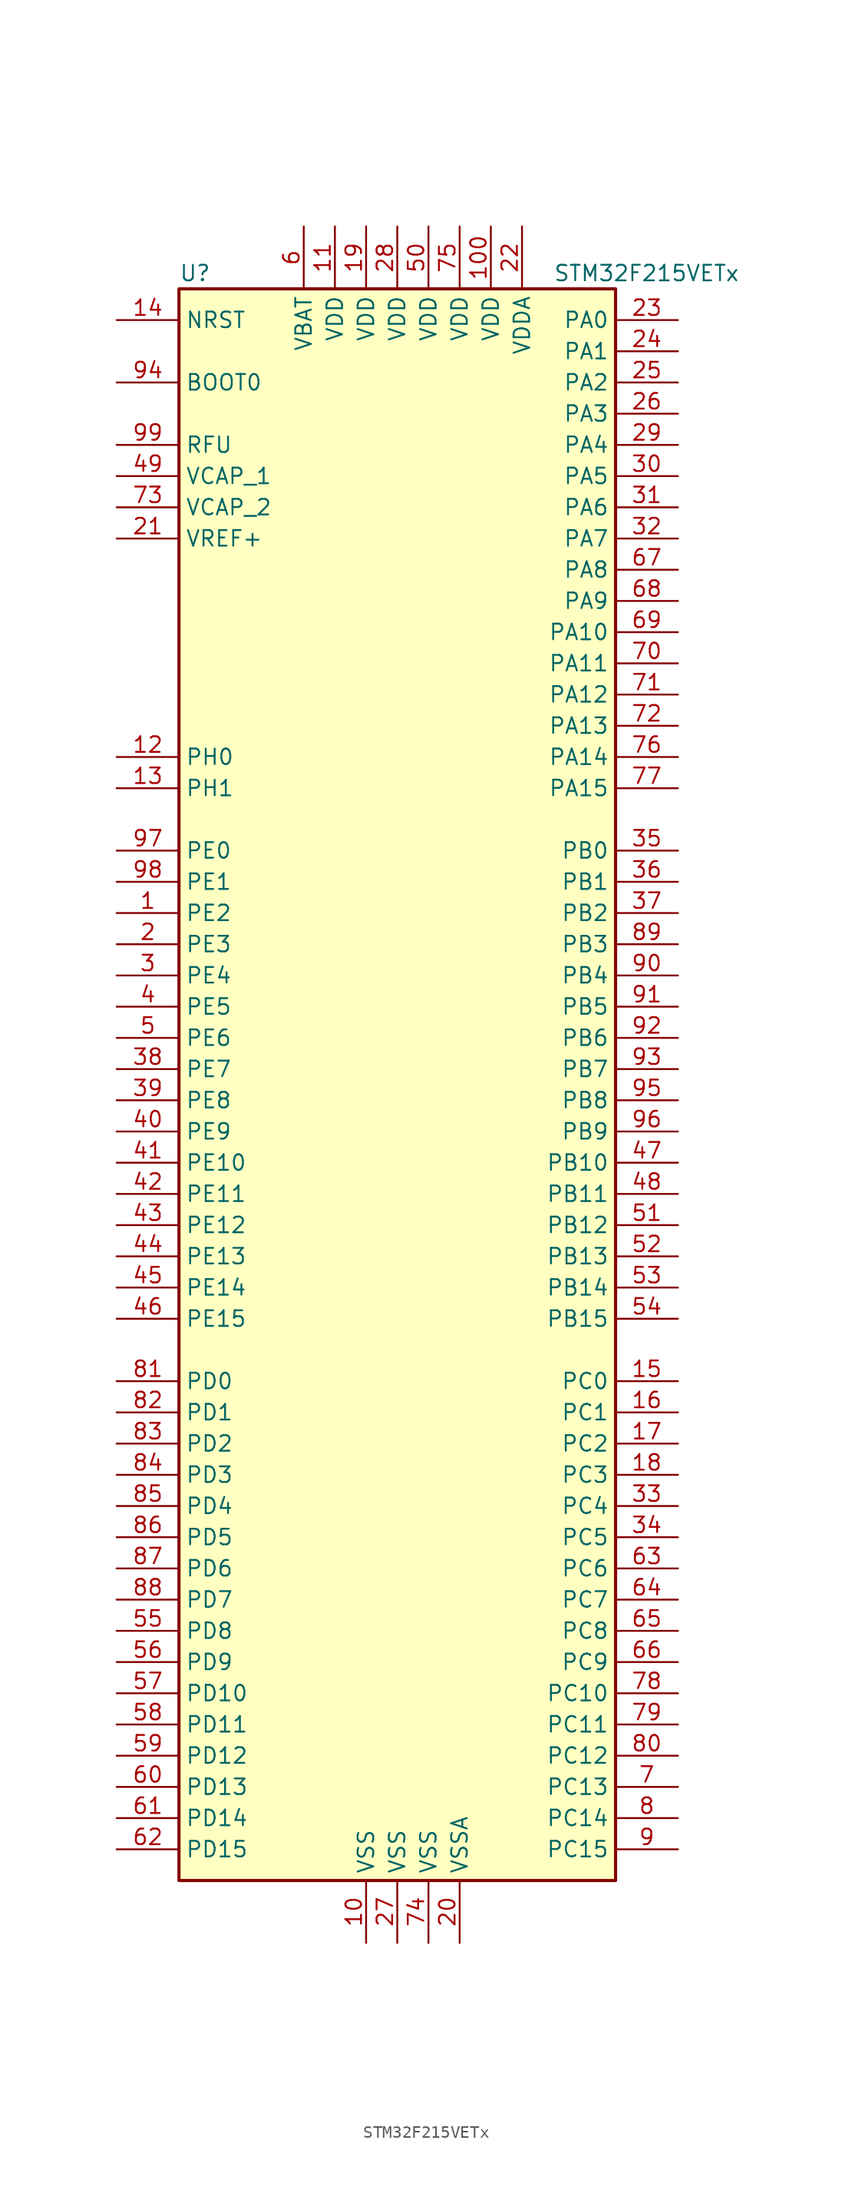
<source format=kicad_sym>
(kicad_symbol_lib
  (version 20211014)
  (generator kicad_symbol_editor)
  (symbol "STM32F215VETx"
    (property "Reference" "U"
      (at -17.78 64.77 0)
      (effects (font (size 1.27 1.27)) (justify left)))
    (property "Value" "STM32F215VETx"
      (at 12.7 64.77 0)
      (effects (font (size 1.27 1.27)) (justify left)))
    (symbol "STM32F215VETx_0_1"
      (rectangle (start -17.78 -66.04) (end 17.78 63.5) (stroke (width 0.254) (type default) (color 0 0 0 0)) (fill (type background))))
    (symbol "STM32F215VETx_1_1"
      (pin bidirectional line (at -22.86 12.7 0) (length 5.08) (name "PE2" (effects (font (size 1.27 1.27)))) (number "1" (effects (font (size 1.27 1.27)))))
      (pin power_in line (at -2.54 -71.12 90) (length 5.08) (name "VSS" (effects (font (size 1.27 1.27)))) (number "10" (effects (font (size 1.27 1.27)))))
      (pin power_in line (at 7.62 68.58 270) (length 5.08) (name "VDD" (effects (font (size 1.27 1.27)))) (number "100" (effects (font (size 1.27 1.27)))))
      (pin power_in line (at -5.08 68.58 270) (length 5.08) (name "VDD" (effects (font (size 1.27 1.27)))) (number "11" (effects (font (size 1.27 1.27)))))
      (pin input line (at -22.86 25.4 0) (length 5.08) (name "PH0" (effects (font (size 1.27 1.27)))) (number "12" (effects (font (size 1.27 1.27)))))
      (pin input line (at -22.86 22.86 0) (length 5.08) (name "PH1" (effects (font (size 1.27 1.27)))) (number "13" (effects (font (size 1.27 1.27)))))
      (pin input line (at -22.86 60.96 0) (length 5.08) (name "NRST" (effects (font (size 1.27 1.27)))) (number "14" (effects (font (size 1.27 1.27)))))
      (pin bidirectional line (at 22.86 -25.4 180) (length 5.08) (name "PC0" (effects (font (size 1.27 1.27)))) (number "15" (effects (font (size 1.27 1.27)))))
      (pin bidirectional line (at 22.86 -27.94 180) (length 5.08) (name "PC1" (effects (font (size 1.27 1.27)))) (number "16" (effects (font (size 1.27 1.27)))))
      (pin bidirectional line (at 22.86 -30.48 180) (length 5.08) (name "PC2" (effects (font (size 1.27 1.27)))) (number "17" (effects (font (size 1.27 1.27)))))
      (pin bidirectional line (at 22.86 -33.02 180) (length 5.08) (name "PC3" (effects (font (size 1.27 1.27)))) (number "18" (effects (font (size 1.27 1.27)))))
      (pin power_in line (at -2.54 68.58 270) (length 5.08) (name "VDD" (effects (font (size 1.27 1.27)))) (number "19" (effects (font (size 1.27 1.27)))))
      (pin bidirectional line (at -22.86 10.16 0) (length 5.08) (name "PE3" (effects (font (size 1.27 1.27)))) (number "2" (effects (font (size 1.27 1.27)))))
      (pin power_in line (at 5.08 -71.12 90) (length 5.08) (name "VSSA" (effects (font (size 1.27 1.27)))) (number "20" (effects (font (size 1.27 1.27)))))
      (pin power_in line (at -22.86 43.18 0) (length 5.08) (name "VREF+" (effects (font (size 1.27 1.27)))) (number "21" (effects (font (size 1.27 1.27)))))
      (pin power_in line (at 10.16 68.58 270) (length 5.08) (name "VDDA" (effects (font (size 1.27 1.27)))) (number "22" (effects (font (size 1.27 1.27)))))
      (pin bidirectional line (at 22.86 60.96 180) (length 5.08) (name "PA0" (effects (font (size 1.27 1.27)))) (number "23" (effects (font (size 1.27 1.27)))))
      (pin bidirectional line (at 22.86 58.42 180) (length 5.08) (name "PA1" (effects (font (size 1.27 1.27)))) (number "24" (effects (font (size 1.27 1.27)))))
      (pin bidirectional line (at 22.86 55.88 180) (length 5.08) (name "PA2" (effects (font (size 1.27 1.27)))) (number "25" (effects (font (size 1.27 1.27)))))
      (pin bidirectional line (at 22.86 53.34 180) (length 5.08) (name "PA3" (effects (font (size 1.27 1.27)))) (number "26" (effects (font (size 1.27 1.27)))))
      (pin power_in line (at 0 -71.12 90) (length 5.08) (name "VSS" (effects (font (size 1.27 1.27)))) (number "27" (effects (font (size 1.27 1.27)))))
      (pin power_in line (at 0 68.58 270) (length 5.08) (name "VDD" (effects (font (size 1.27 1.27)))) (number "28" (effects (font (size 1.27 1.27)))))
      (pin bidirectional line (at 22.86 50.8 180) (length 5.08) (name "PA4" (effects (font (size 1.27 1.27)))) (number "29" (effects (font (size 1.27 1.27)))))
      (pin bidirectional line (at -22.86 7.62 0) (length 5.08) (name "PE4" (effects (font (size 1.27 1.27)))) (number "3" (effects (font (size 1.27 1.27)))))
      (pin bidirectional line (at 22.86 48.26 180) (length 5.08) (name "PA5" (effects (font (size 1.27 1.27)))) (number "30" (effects (font (size 1.27 1.27)))))
      (pin bidirectional line (at 22.86 45.72 180) (length 5.08) (name "PA6" (effects (font (size 1.27 1.27)))) (number "31" (effects (font (size 1.27 1.27)))))
      (pin bidirectional line (at 22.86 43.18 180) (length 5.08) (name "PA7" (effects (font (size 1.27 1.27)))) (number "32" (effects (font (size 1.27 1.27)))))
      (pin bidirectional line (at 22.86 -35.56 180) (length 5.08) (name "PC4" (effects (font (size 1.27 1.27)))) (number "33" (effects (font (size 1.27 1.27)))))
      (pin bidirectional line (at 22.86 -38.1 180) (length 5.08) (name "PC5" (effects (font (size 1.27 1.27)))) (number "34" (effects (font (size 1.27 1.27)))))
      (pin bidirectional line (at 22.86 17.78 180) (length 5.08) (name "PB0" (effects (font (size 1.27 1.27)))) (number "35" (effects (font (size 1.27 1.27)))))
      (pin bidirectional line (at 22.86 15.24 180) (length 5.08) (name "PB1" (effects (font (size 1.27 1.27)))) (number "36" (effects (font (size 1.27 1.27)))))
      (pin bidirectional line (at 22.86 12.7 180) (length 5.08) (name "PB2" (effects (font (size 1.27 1.27)))) (number "37" (effects (font (size 1.27 1.27)))))
      (pin bidirectional line (at -22.86 0 0) (length 5.08) (name "PE7" (effects (font (size 1.27 1.27)))) (number "38" (effects (font (size 1.27 1.27)))))
      (pin bidirectional line (at -22.86 -2.54 0) (length 5.08) (name "PE8" (effects (font (size 1.27 1.27)))) (number "39" (effects (font (size 1.27 1.27)))))
      (pin bidirectional line (at -22.86 5.08 0) (length 5.08) (name "PE5" (effects (font (size 1.27 1.27)))) (number "4" (effects (font (size 1.27 1.27)))))
      (pin bidirectional line (at -22.86 -5.08 0) (length 5.08) (name "PE9" (effects (font (size 1.27 1.27)))) (number "40" (effects (font (size 1.27 1.27)))))
      (pin bidirectional line (at -22.86 -7.62 0) (length 5.08) (name "PE10" (effects (font (size 1.27 1.27)))) (number "41" (effects (font (size 1.27 1.27)))))
      (pin bidirectional line (at -22.86 -10.16 0) (length 5.08) (name "PE11" (effects (font (size 1.27 1.27)))) (number "42" (effects (font (size 1.27 1.27)))))
      (pin bidirectional line (at -22.86 -12.7 0) (length 5.08) (name "PE12" (effects (font (size 1.27 1.27)))) (number "43" (effects (font (size 1.27 1.27)))))
      (pin bidirectional line (at -22.86 -15.24 0) (length 5.08) (name "PE13" (effects (font (size 1.27 1.27)))) (number "44" (effects (font (size 1.27 1.27)))))
      (pin bidirectional line (at -22.86 -17.78 0) (length 5.08) (name "PE14" (effects (font (size 1.27 1.27)))) (number "45" (effects (font (size 1.27 1.27)))))
      (pin bidirectional line (at -22.86 -20.32 0) (length 5.08) (name "PE15" (effects (font (size 1.27 1.27)))) (number "46" (effects (font (size 1.27 1.27)))))
      (pin bidirectional line (at 22.86 -7.62 180) (length 5.08) (name "PB10" (effects (font (size 1.27 1.27)))) (number "47" (effects (font (size 1.27 1.27)))))
      (pin bidirectional line (at 22.86 -10.16 180) (length 5.08) (name "PB11" (effects (font (size 1.27 1.27)))) (number "48" (effects (font (size 1.27 1.27)))))
      (pin power_in line (at -22.86 48.26 0) (length 5.08) (name "VCAP_1" (effects (font (size 1.27 1.27)))) (number "49" (effects (font (size 1.27 1.27)))))
      (pin bidirectional line (at -22.86 2.54 0) (length 5.08) (name "PE6" (effects (font (size 1.27 1.27)))) (number "5" (effects (font (size 1.27 1.27)))))
      (pin power_in line (at 2.54 68.58 270) (length 5.08) (name "VDD" (effects (font (size 1.27 1.27)))) (number "50" (effects (font (size 1.27 1.27)))))
      (pin bidirectional line (at 22.86 -12.7 180) (length 5.08) (name "PB12" (effects (font (size 1.27 1.27)))) (number "51" (effects (font (size 1.27 1.27)))))
      (pin bidirectional line (at 22.86 -15.24 180) (length 5.08) (name "PB13" (effects (font (size 1.27 1.27)))) (number "52" (effects (font (size 1.27 1.27)))))
      (pin bidirectional line (at 22.86 -17.78 180) (length 5.08) (name "PB14" (effects (font (size 1.27 1.27)))) (number "53" (effects (font (size 1.27 1.27)))))
      (pin bidirectional line (at 22.86 -20.32 180) (length 5.08) (name "PB15" (effects (font (size 1.27 1.27)))) (number "54" (effects (font (size 1.27 1.27)))))
      (pin bidirectional line (at -22.86 -45.72 0) (length 5.08) (name "PD8" (effects (font (size 1.27 1.27)))) (number "55" (effects (font (size 1.27 1.27)))))
      (pin bidirectional line (at -22.86 -48.26 0) (length 5.08) (name "PD9" (effects (font (size 1.27 1.27)))) (number "56" (effects (font (size 1.27 1.27)))))
      (pin bidirectional line (at -22.86 -50.8 0) (length 5.08) (name "PD10" (effects (font (size 1.27 1.27)))) (number "57" (effects (font (size 1.27 1.27)))))
      (pin bidirectional line (at -22.86 -53.34 0) (length 5.08) (name "PD11" (effects (font (size 1.27 1.27)))) (number "58" (effects (font (size 1.27 1.27)))))
      (pin bidirectional line (at -22.86 -55.88 0) (length 5.08) (name "PD12" (effects (font (size 1.27 1.27)))) (number "59" (effects (font (size 1.27 1.27)))))
      (pin power_in line (at -7.62 68.58 270) (length 5.08) (name "VBAT" (effects (font (size 1.27 1.27)))) (number "6" (effects (font (size 1.27 1.27)))))
      (pin bidirectional line (at -22.86 -58.42 0) (length 5.08) (name "PD13" (effects (font (size 1.27 1.27)))) (number "60" (effects (font (size 1.27 1.27)))))
      (pin bidirectional line (at -22.86 -60.96 0) (length 5.08) (name "PD14" (effects (font (size 1.27 1.27)))) (number "61" (effects (font (size 1.27 1.27)))))
      (pin bidirectional line (at -22.86 -63.5 0) (length 5.08) (name "PD15" (effects (font (size 1.27 1.27)))) (number "62" (effects (font (size 1.27 1.27)))))
      (pin bidirectional line (at 22.86 -40.64 180) (length 5.08) (name "PC6" (effects (font (size 1.27 1.27)))) (number "63" (effects (font (size 1.27 1.27)))))
      (pin bidirectional line (at 22.86 -43.18 180) (length 5.08) (name "PC7" (effects (font (size 1.27 1.27)))) (number "64" (effects (font (size 1.27 1.27)))))
      (pin bidirectional line (at 22.86 -45.72 180) (length 5.08) (name "PC8" (effects (font (size 1.27 1.27)))) (number "65" (effects (font (size 1.27 1.27)))))
      (pin bidirectional line (at 22.86 -48.26 180) (length 5.08) (name "PC9" (effects (font (size 1.27 1.27)))) (number "66" (effects (font (size 1.27 1.27)))))
      (pin bidirectional line (at 22.86 40.64 180) (length 5.08) (name "PA8" (effects (font (size 1.27 1.27)))) (number "67" (effects (font (size 1.27 1.27)))))
      (pin bidirectional line (at 22.86 38.1 180) (length 5.08) (name "PA9" (effects (font (size 1.27 1.27)))) (number "68" (effects (font (size 1.27 1.27)))))
      (pin bidirectional line (at 22.86 35.56 180) (length 5.08) (name "PA10" (effects (font (size 1.27 1.27)))) (number "69" (effects (font (size 1.27 1.27)))))
      (pin bidirectional line (at 22.86 -58.42 180) (length 5.08) (name "PC13" (effects (font (size 1.27 1.27)))) (number "7" (effects (font (size 1.27 1.27)))))
      (pin bidirectional line (at 22.86 33.02 180) (length 5.08) (name "PA11" (effects (font (size 1.27 1.27)))) (number "70" (effects (font (size 1.27 1.27)))))
      (pin bidirectional line (at 22.86 30.48 180) (length 5.08) (name "PA12" (effects (font (size 1.27 1.27)))) (number "71" (effects (font (size 1.27 1.27)))))
      (pin bidirectional line (at 22.86 27.94 180) (length 5.08) (name "PA13" (effects (font (size 1.27 1.27)))) (number "72" (effects (font (size 1.27 1.27)))))
      (pin power_in line (at -22.86 45.72 0) (length 5.08) (name "VCAP_2" (effects (font (size 1.27 1.27)))) (number "73" (effects (font (size 1.27 1.27)))))
      (pin power_in line (at 2.54 -71.12 90) (length 5.08) (name "VSS" (effects (font (size 1.27 1.27)))) (number "74" (effects (font (size 1.27 1.27)))))
      (pin power_in line (at 5.08 68.58 270) (length 5.08) (name "VDD" (effects (font (size 1.27 1.27)))) (number "75" (effects (font (size 1.27 1.27)))))
      (pin bidirectional line (at 22.86 25.4 180) (length 5.08) (name "PA14" (effects (font (size 1.27 1.27)))) (number "76" (effects (font (size 1.27 1.27)))))
      (pin bidirectional line (at 22.86 22.86 180) (length 5.08) (name "PA15" (effects (font (size 1.27 1.27)))) (number "77" (effects (font (size 1.27 1.27)))))
      (pin bidirectional line (at 22.86 -50.8 180) (length 5.08) (name "PC10" (effects (font (size 1.27 1.27)))) (number "78" (effects (font (size 1.27 1.27)))))
      (pin bidirectional line (at 22.86 -53.34 180) (length 5.08) (name "PC11" (effects (font (size 1.27 1.27)))) (number "79" (effects (font (size 1.27 1.27)))))
      (pin bidirectional line (at 22.86 -60.96 180) (length 5.08) (name "PC14" (effects (font (size 1.27 1.27)))) (number "8" (effects (font (size 1.27 1.27)))))
      (pin bidirectional line (at 22.86 -55.88 180) (length 5.08) (name "PC12" (effects (font (size 1.27 1.27)))) (number "80" (effects (font (size 1.27 1.27)))))
      (pin bidirectional line (at -22.86 -25.4 0) (length 5.08) (name "PD0" (effects (font (size 1.27 1.27)))) (number "81" (effects (font (size 1.27 1.27)))))
      (pin bidirectional line (at -22.86 -27.94 0) (length 5.08) (name "PD1" (effects (font (size 1.27 1.27)))) (number "82" (effects (font (size 1.27 1.27)))))
      (pin bidirectional line (at -22.86 -30.48 0) (length 5.08) (name "PD2" (effects (font (size 1.27 1.27)))) (number "83" (effects (font (size 1.27 1.27)))))
      (pin bidirectional line (at -22.86 -33.02 0) (length 5.08) (name "PD3" (effects (font (size 1.27 1.27)))) (number "84" (effects (font (size 1.27 1.27)))))
      (pin bidirectional line (at -22.86 -35.56 0) (length 5.08) (name "PD4" (effects (font (size 1.27 1.27)))) (number "85" (effects (font (size 1.27 1.27)))))
      (pin bidirectional line (at -22.86 -38.1 0) (length 5.08) (name "PD5" (effects (font (size 1.27 1.27)))) (number "86" (effects (font (size 1.27 1.27)))))
      (pin bidirectional line (at -22.86 -40.64 0) (length 5.08) (name "PD6" (effects (font (size 1.27 1.27)))) (number "87" (effects (font (size 1.27 1.27)))))
      (pin bidirectional line (at -22.86 -43.18 0) (length 5.08) (name "PD7" (effects (font (size 1.27 1.27)))) (number "88" (effects (font (size 1.27 1.27)))))
      (pin bidirectional line (at 22.86 10.16 180) (length 5.08) (name "PB3" (effects (font (size 1.27 1.27)))) (number "89" (effects (font (size 1.27 1.27)))))
      (pin bidirectional line (at 22.86 -63.5 180) (length 5.08) (name "PC15" (effects (font (size 1.27 1.27)))) (number "9" (effects (font (size 1.27 1.27)))))
      (pin bidirectional line (at 22.86 7.62 180) (length 5.08) (name "PB4" (effects (font (size 1.27 1.27)))) (number "90" (effects (font (size 1.27 1.27)))))
      (pin bidirectional line (at 22.86 5.08 180) (length 5.08) (name "PB5" (effects (font (size 1.27 1.27)))) (number "91" (effects (font (size 1.27 1.27)))))
      (pin bidirectional line (at 22.86 2.54 180) (length 5.08) (name "PB6" (effects (font (size 1.27 1.27)))) (number "92" (effects (font (size 1.27 1.27)))))
      (pin bidirectional line (at 22.86 0 180) (length 5.08) (name "PB7" (effects (font (size 1.27 1.27)))) (number "93" (effects (font (size 1.27 1.27)))))
      (pin input line (at -22.86 55.88 0) (length 5.08) (name "BOOT0" (effects (font (size 1.27 1.27)))) (number "94" (effects (font (size 1.27 1.27)))))
      (pin bidirectional line (at 22.86 -2.54 180) (length 5.08) (name "PB8" (effects (font (size 1.27 1.27)))) (number "95" (effects (font (size 1.27 1.27)))))
      (pin bidirectional line (at 22.86 -5.08 180) (length 5.08) (name "PB9" (effects (font (size 1.27 1.27)))) (number "96" (effects (font (size 1.27 1.27)))))
      (pin bidirectional line (at -22.86 17.78 0) (length 5.08) (name "PE0" (effects (font (size 1.27 1.27)))) (number "97" (effects (font (size 1.27 1.27)))))
      (pin bidirectional line (at -22.86 15.24 0) (length 5.08) (name "PE1" (effects (font (size 1.27 1.27)))) (number "98" (effects (font (size 1.27 1.27)))))
      (pin power_in line (at -22.86 50.8 0) (length 5.08) (name "RFU" (effects (font (size 1.27 1.27)))) (number "99" (effects (font (size 1.27 1.27))))))))
</source>
